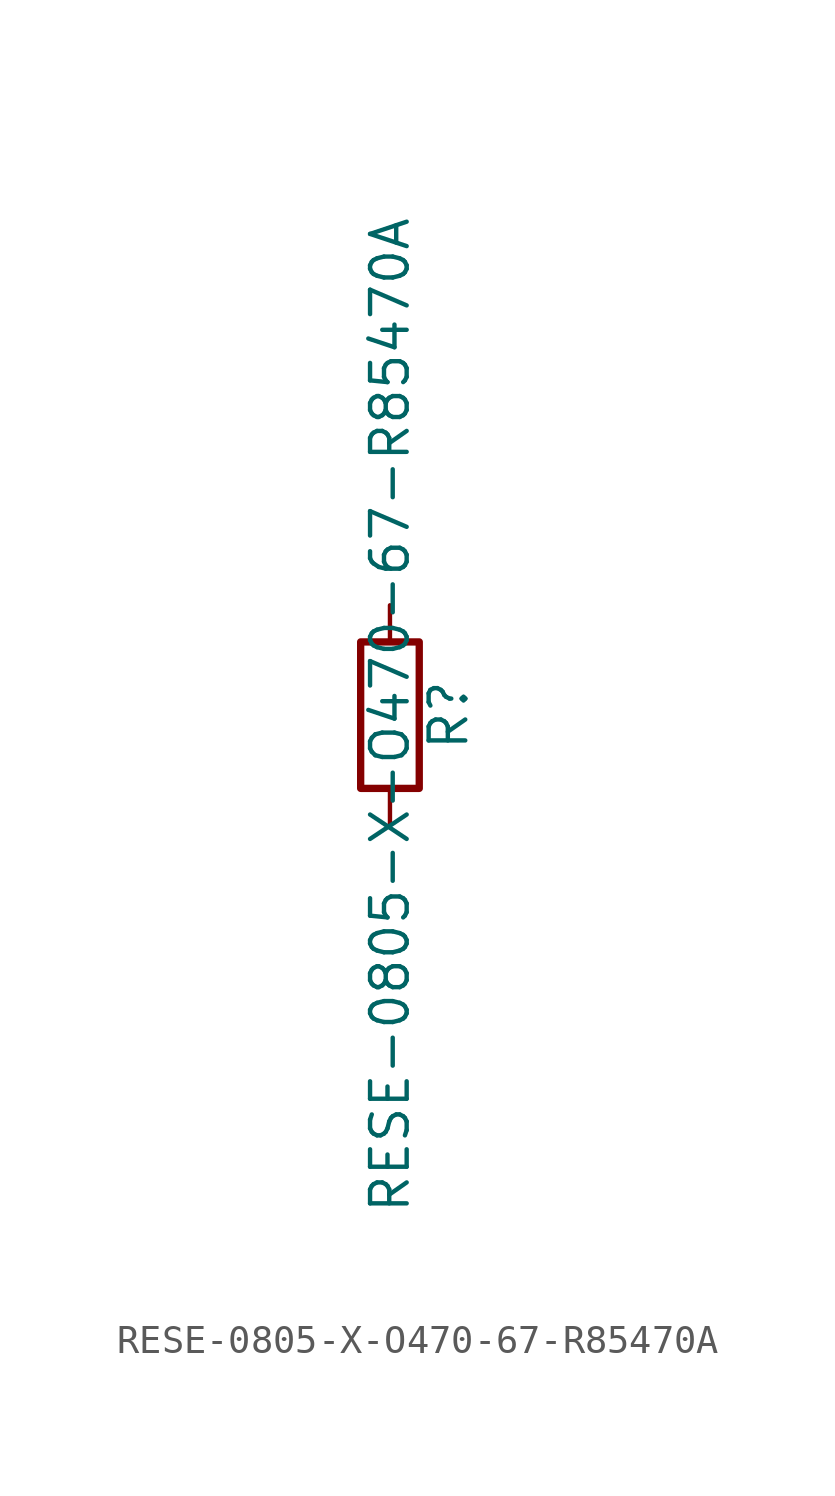
<source format=kicad_sym>
(kicad_symbol_lib
  (version 20211014)
  (generator kicad_symbol_editor)
  (symbol "RESE-0805-X-O470-67-R85470A"
    (pin_numbers hide)
    (pin_names
      (offset 0))
    (property "Reference" "R"
      (at 2.032 0 90)
      (effects (font (size 1.27 1.27))))
    (property "Value" "RESE-0805-X-O470-67-R85470A"
      (at 0 0 90)
      (effects (font (size 1.27 1.27))))
    (symbol "RESE-0805-X-O470-67-R85470A_0_1"
      (rectangle (start -1.016 -2.54) (end 1.016 2.54) (stroke (width 0.254) (type default) (color 0 0 0 0)) (fill (type none))))
    (symbol "RESE-0805-X-O470-67-R85470A_1_1"
      (pin passive line (at 0 3.81 270) (length 1.27) (name "~" (effects (font (size 1.27 1.27)))) (number "1" (effects (font (size 1.27 1.27)))))
      (pin passive line (at 0 -3.81 90) (length 1.27) (name "~" (effects (font (size 1.27 1.27)))) (number "2" (effects (font (size 1.27 1.27))))))))
</source>
